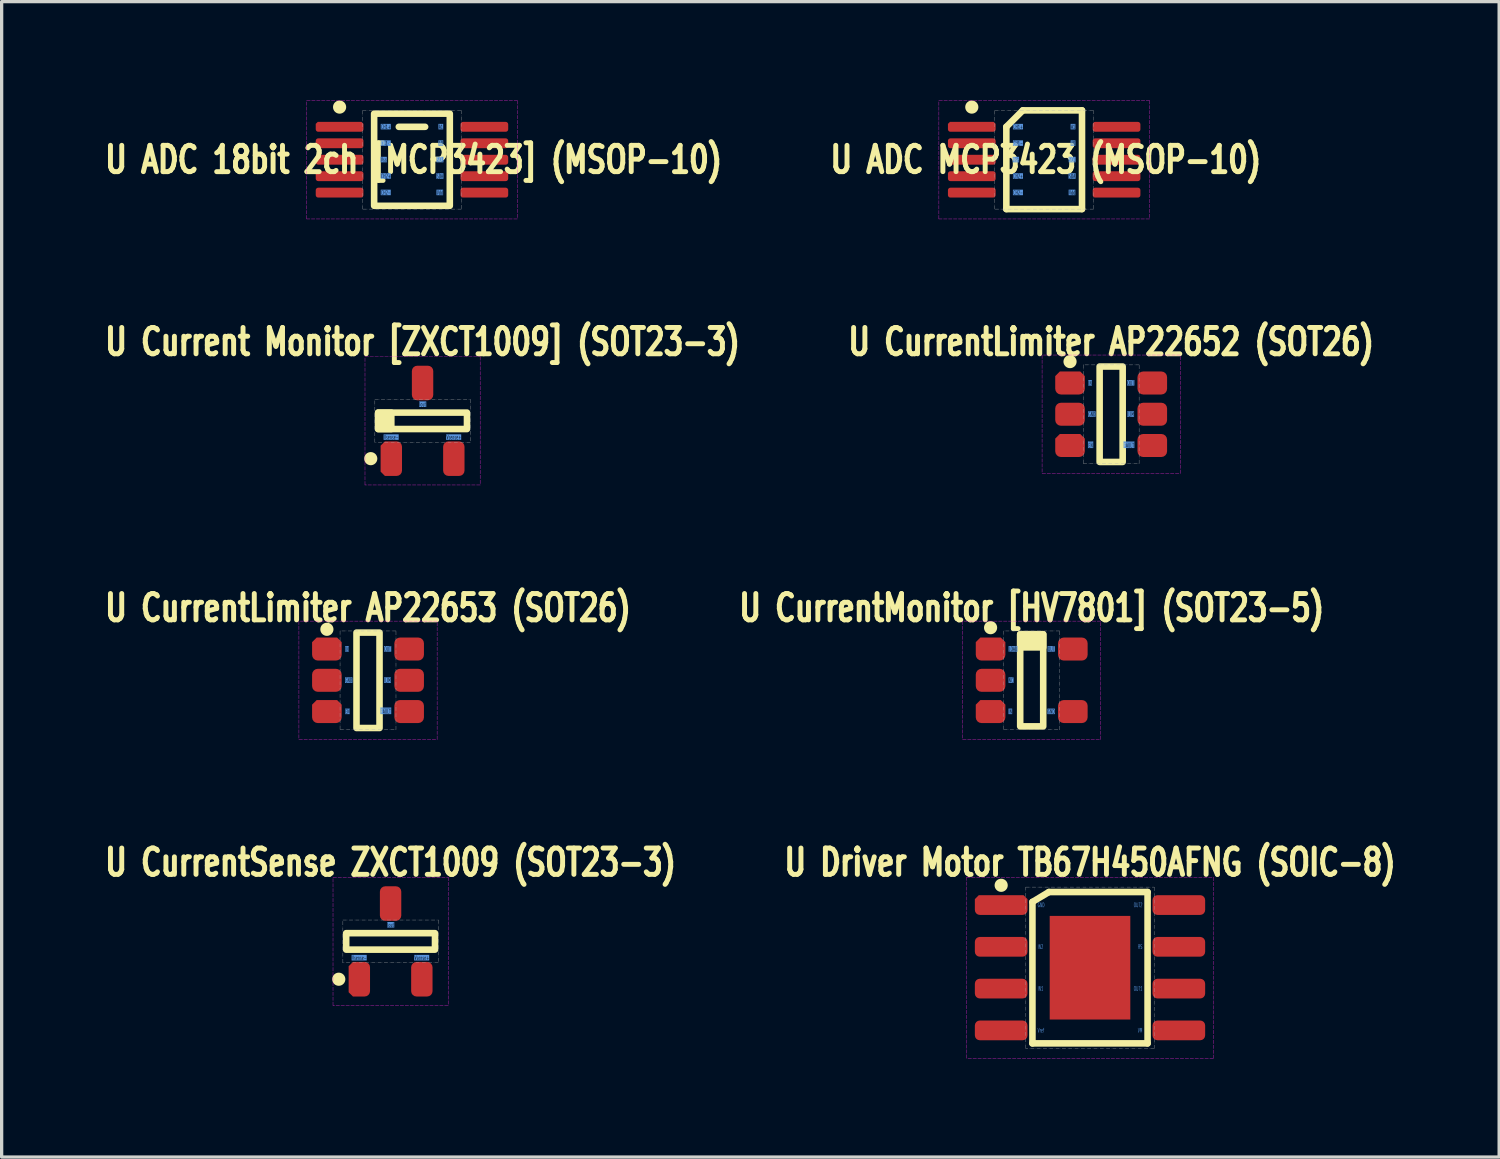
<source format=kicad_pcb>
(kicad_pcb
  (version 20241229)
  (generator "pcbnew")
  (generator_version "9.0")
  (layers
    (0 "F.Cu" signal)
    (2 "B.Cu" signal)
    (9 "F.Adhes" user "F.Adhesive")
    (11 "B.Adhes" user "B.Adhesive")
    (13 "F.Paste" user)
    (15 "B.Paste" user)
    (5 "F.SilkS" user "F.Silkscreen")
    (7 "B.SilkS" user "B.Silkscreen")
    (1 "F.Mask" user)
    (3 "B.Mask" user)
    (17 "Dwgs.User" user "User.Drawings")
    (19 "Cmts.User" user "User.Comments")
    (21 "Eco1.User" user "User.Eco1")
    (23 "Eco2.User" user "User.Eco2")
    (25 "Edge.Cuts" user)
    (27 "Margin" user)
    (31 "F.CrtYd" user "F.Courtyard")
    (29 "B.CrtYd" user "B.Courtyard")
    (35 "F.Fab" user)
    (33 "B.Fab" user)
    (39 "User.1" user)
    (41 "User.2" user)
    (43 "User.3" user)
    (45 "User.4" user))
  (footprint "U Current Monitor [ZXCT1009] (SOT23-3)"
    (layer "F.Cu")
    (at 9.794 9.741)
    (property "Reference" "U Current Monitor [ZXCT1009] (SOT23-3)" (at 0 -2.4 0) (layer "F.SilkS") (effects (font (size 0.8 0.6) (thickness 0.15))))
    (attr smd)
    (fp_rect (start -1.35 -0.25) (end -0.95 0.25) (stroke (width 0.2) (type solid)) (fill yes) (layer "F.SilkS"))
    (fp_rect (start -1.35 -0.25) (end 1.35 0.25) (stroke (width 0.2) (type default)) (fill no) (layer "F.SilkS"))
    (fp_circle (center -1.575 1.15) (end -1.425 1.15) (stroke (width 0.1) (type solid)) (fill yes) (layer "F.SilkS"))
    (fp_rect (start -1.75 -1.95) (end 1.75 1.95) (stroke (width 0.01) (type dash)) (fill no) (layer "F.CrtYd"))
    (fp_rect (start -1.45 -0.65) (end 1.45 0.65) (stroke (width 0.01) (type dash_dot)) (fill no) (layer "F.Fab"))
    (fp_text user "Iout" (at 0 -0.5 0) (layer "Cmts.User" knockout) (effects (font (size 0.13 0.07) (thickness 0.01) (bold yes))))
    (fp_text user "Vsense+" (at 0.95 0.5 0) (layer "Cmts.User" knockout) (effects (font (size 0.13 0.07) (thickness 0.01) (bold yes))))
    (fp_text user "Vsense-" (at -0.95 0.5 0) (layer "Cmts.User" knockout) (effects (font (size 0.13 0.07) (thickness 0.01) (bold yes))))
    (pad "1" smd roundrect (at -0.95 1.15) (size 0.65 1.05) (layers "F.Cu" "F.Mask" "F.Paste") (roundrect_rratio 0.25) (chamfer_ratio 0.2) (chamfer top_left bottom_left))
    (pad "2" smd roundrect (at 0.95 1.15) (size 0.65 1.05) (layers "F.Cu" "F.Mask" "F.Paste") (roundrect_rratio 0.25))
    (pad "3" smd roundrect (at 0 -1.15) (size 0.65 1.05) (layers "F.Cu" "F.Mask" "F.Paste") (roundrect_rratio 0.25)))
  (footprint "U CurrentLimiter AP22653 (SOT26)"
    (layer "F.Cu")
    (at 8.136 17.628)
    (property "Reference" "U CurrentLimiter AP22653 (SOT26)" (at 0 -2.2 0) (layer "F.SilkS") (effects (font (size 0.8 0.6) (thickness 0.15))))
    (attr smd)
    (fp_rect (start 0.35 -1.45) (end -0.35 1.45) (stroke (width 0.2) (type default)) (fill no) (layer "F.SilkS"))
    (fp_circle (center -1.25 -1.55) (end -1.1 -1.55) (stroke (width 0.1) (type solid)) (fill yes) (layer "F.SilkS"))
    (fp_rect (start 2.1 -1.8) (end -2.1 1.8) (stroke (width 0.01) (type dash)) (fill no) (layer "F.CrtYd"))
    (fp_rect (start 0.85 -1.5) (end -0.85 1.5) (stroke (width 0.01) (type dash_dot)) (fill no) (layer "F.Fab"))
    (fp_text user "EN" (at -0.7 0.95 0) (layer "Cmts.User" knockout) (effects (font (size 0.13 0.07) (thickness 0.01) (bold yes)) (justify left)))
    (fp_text user "~{FAULT}" (at 0.7 0.95 0) (layer "Cmts.User" knockout) (effects (font (size 0.13 0.07) (thickness 0.01) (bold yes)) (justify right)))
    (fp_text user "IN" (at -0.7 -0.95 0) (layer "Cmts.User" knockout) (effects (font (size 0.13 0.07) (thickness 0.01) (bold yes)) (justify left)))
    (fp_text user "GND" (at -0.7 0 0) (layer "Cmts.User" knockout) (effects (font (size 0.13 0.07) (thickness 0.01) (bold yes)) (justify left)))
    (fp_text user "OUT" (at 0.7 -0.95 0) (layer "Cmts.User" knockout) (effects (font (size 0.13 0.07) (thickness 0.01) (bold yes)) (justify right)))
    (fp_text user "ILIM" (at 0.7 0 0) (layer "Cmts.User" knockout) (effects (font (size 0.13 0.07) (thickness 0.01) (bold yes)) (justify right)))
    (pad "1" smd roundrect (at -1.25 -0.95) (size 0.9 0.7) (layers "F.Cu" "F.Mask" "F.Paste") (roundrect_rratio 0.25) (chamfer_ratio 0.2) (chamfer top_left top_right))
    (pad "2" smd roundrect (at -1.25 0) (size 0.9 0.7) (layers "F.Cu" "F.Mask" "F.Paste") (roundrect_rratio 0.25))
    (pad "3" smd roundrect (at -1.25 0.95) (size 0.9 0.7) (layers "F.Cu" "F.Mask" "F.Paste") (roundrect_rratio 0.25) (chamfer_ratio 0.2) (chamfer top_left top_right))
    (pad "4" smd roundrect (at 1.25 0.95) (size 0.9 0.7) (layers "F.Cu" "F.Mask" "F.Paste") (roundrect_rratio 0.25))
    (pad "5" smd roundrect (at 1.25 0) (size 0.9 0.7) (layers "F.Cu" "F.Mask" "F.Paste") (roundrect_rratio 0.25))
    (pad "6" smd roundrect (at 1.25 -0.95) (size 0.9 0.7) (layers "F.Cu" "F.Mask" "F.Paste") (roundrect_rratio 0.25)))
  (footprint "U ADC MCP3423 (MSOP-10)"
    (layer "F.Cu")
    (at 28.688 1.805)
    (property "Reference" "U ADC MCP3423 (MSOP-10)" (at 0.05 0 0) (layer "F.SilkS") (effects (font (size 0.8 0.6) (thickness 0.15))))
    (attr smd)
    (fp_line (start -1.15 -1) (end -0.65 -1.5) (stroke (width 0.2) (type default)) (layer "F.SilkS"))
    (fp_line (start -1.15 1.5) (end -1.15 -1) (stroke (width 0.2) (type default)) (layer "F.SilkS"))
    (fp_line (start -0.65 -1.5) (end 1.15 -1.5) (stroke (width 0.2) (type default)) (layer "F.SilkS"))
    (fp_line (start 1.15 -1.5) (end 1.15 1.5) (stroke (width 0.2) (type default)) (layer "F.SilkS"))
    (fp_line (start 1.15 1.5) (end -1.15 1.5) (stroke (width 0.2) (type default)) (layer "F.SilkS"))
    (fp_circle (center -2.2 -1.6) (end -2.05 -1.6) (stroke (width 0.1) (type solid)) (fill yes) (layer "F.SilkS"))
    (fp_rect (start -3.2 -1.8) (end 3.2 1.8) (stroke (width 0.01) (type dash)) (fill no) (layer "F.CrtYd"))
    (fp_rect (start -1.5 -1.5) (end 1.5 1.5) (stroke (width 0.01) (type dash_dot)) (fill no) (layer "F.Fab"))
    (fp_text user "SCL" (at 0.95 0 0) (layer "Cmts.User" knockout) (effects (font (size 0.13 0.07) (thickness 0.01) (bold yes)) (justify right)))
    (fp_text user "CH1-" (at -0.95 -0.5 0) (layer "Cmts.User" knockout) (effects (font (size 0.13 0.07) (thickness 0.01) (bold yes)) (justify left)))
    (fp_text user "Vdd" (at 0.95 1 0) (layer "Cmts.User" knockout) (effects (font (size 0.13 0.07) (thickness 0.01) (bold yes)) (justify right)))
    (fp_text user "CH2-" (at -0.95 1 0) (layer "Cmts.User" knockout) (effects (font (size 0.13 0.07) (thickness 0.01) (bold yes)) (justify left)))
    (fp_text user "A0" (at 0.95 -0.5 0) (layer "Cmts.User" knockout) (effects (font (size 0.13 0.07) (thickness 0.01) (bold yes)) (justify right)))
    (fp_text user "CH1+" (at -0.95 -1 0) (layer "Cmts.User" knockout) (effects (font (size 0.13 0.07) (thickness 0.01) (bold yes)) (justify left)))
    (fp_text user "SDA" (at 0.95 0.5 0) (layer "Cmts.User" knockout) (effects (font (size 0.13 0.07) (thickness 0.01) (bold yes)) (justify right)))
    (fp_text user "Vss" (at -0.95 0 0) (layer "Cmts.User" knockout) (effects (font (size 0.13 0.07) (thickness 0.01) (bold yes)) (justify left)))
    (fp_text user "CH2+" (at -0.95 0.5 0) (layer "Cmts.User" knockout) (effects (font (size 0.13 0.07) (thickness 0.01) (bold yes)) (justify left)))
    (fp_text user "A1" (at 0.95 -1 0) (layer "Cmts.User" knockout) (effects (font (size 0.13 0.07) (thickness 0.01) (bold yes)) (justify right)))
    (pad "1" smd roundrect (at -2.2 -1) (size 1.45 0.3) (layers "F.Cu" "F.Mask" "F.Paste") (roundrect_rratio 0.25) (chamfer_ratio 0.2) (chamfer top_left top_right))
    (pad "2" smd roundrect (at -2.2 -0.5) (size 1.45 0.3) (layers "F.Cu" "F.Mask" "F.Paste") (roundrect_rratio 0.25))
    (pad "3" smd roundrect (at -2.2 0) (size 1.45 0.3) (layers "F.Cu" "F.Mask" "F.Paste") (roundrect_rratio 0.25))
    (pad "4" smd roundrect (at -2.2 0.5) (size 1.45 0.3) (layers "F.Cu" "F.Mask" "F.Paste") (roundrect_rratio 0.25))
    (pad "5" smd roundrect (at -2.2 1) (size 1.45 0.3) (layers "F.Cu" "F.Mask" "F.Paste") (roundrect_rratio 0.25))
    (pad "6" smd roundrect (at 2.2 1) (size 1.45 0.3) (layers "F.Cu" "F.Mask" "F.Paste") (roundrect_rratio 0.25))
    (pad "7" smd roundrect (at 2.2 0.5) (size 1.45 0.3) (layers "F.Cu" "F.Mask" "F.Paste") (roundrect_rratio 0.25))
    (pad "8" smd roundrect (at 2.2 0) (size 1.45 0.3) (layers "F.Cu" "F.Mask" "F.Paste") (roundrect_rratio 0.25))
    (pad "9" smd roundrect (at 2.2 -0.5) (size 1.45 0.3) (layers "F.Cu" "F.Mask" "F.Paste") (roundrect_rratio 0.25))
    (pad "10" smd roundrect (at 2.2 -1) (size 1.45 0.3) (layers "F.Cu" "F.Mask" "F.Paste") (roundrect_rratio 0.25)))
  (footprint "U CurrentMonitor [HV7801] (SOT23-5)"
    (layer "F.Cu")
    (at 28.309 17.628)
    (property "Reference" "U CurrentMonitor [HV7801] (SOT23-5)" (at 0 -2.2 0) (layer "F.SilkS") (effects (font (size 0.8 0.6) (thickness 0.15))))
    (attr smd)
    (fp_rect (start 0.35 -1.4) (end -0.35 -1) (stroke (width 0.2) (type solid)) (fill yes) (layer "F.SilkS"))
    (fp_rect (start 0.35 -1.4) (end -0.35 1.4) (stroke (width 0.2) (type default)) (fill no) (layer "F.SilkS"))
    (fp_circle (center -1.25 -1.6) (end -1.1 -1.6) (stroke (width 0.1) (type solid)) (fill yes) (layer "F.SilkS"))
    (fp_rect (start 2.1 -1.8) (end -2.1 1.8) (stroke (width 0.01) (type dash)) (fill no) (layer "F.CrtYd"))
    (fp_rect (start 0.85 -1.5) (end -0.85 1.5) (stroke (width 0.01) (type dash_dot)) (fill no) (layer "F.Fab"))
    (fp_text user "OUT" (at 0.59 -0.95 0) (layer "Cmts.User" knockout) (effects (font (size 0.13 0.07) (thickness 0.01) (bold yes))))
    (fp_text user "IN" (at -0.65 0.95 0) (layer "Cmts.User" knockout) (effects (font (size 0.13 0.07) (thickness 0.01) (bold yes))))
    (fp_text user "GND" (at 0.59 0.95 0) (layer "Cmts.User" knockout) (effects (font (size 0.13 0.07) (thickness 0.01) (bold yes))))
    (fp_text user "NC" (at -0.63 0 0) (layer "Cmts.User" knockout) (effects (font (size 0.13 0.07) (thickness 0.01) (bold yes))))
    (fp_text user "LOAD" (at -0.57 -0.95 0) (layer "Cmts.User" knockout) (effects (font (size 0.13 0.07) (thickness 0.01) (bold yes))))
    (pad "1" smd roundrect (at -1.25 -0.95) (size 0.9 0.7) (layers "F.Cu" "F.Mask" "F.Paste") (roundrect_rratio 0.25) (chamfer_ratio 0.2) (chamfer top_left top_right))
    (pad "2" smd roundrect (at -1.25 0) (size 0.9 0.7) (layers "F.Cu" "F.Mask" "F.Paste") (roundrect_rratio 0.25))
    (pad "3" smd roundrect (at -1.25 0.95) (size 0.9 0.7) (layers "F.Cu" "F.Mask" "F.Paste") (roundrect_rratio 0.25) (chamfer_ratio 0.2) (chamfer top_left top_right))
    (pad "4" smd roundrect (at 1.25 0.95) (size 0.9 0.7) (layers "F.Cu" "F.Mask" "F.Paste") (roundrect_rratio 0.25))
    (pad "5" smd roundrect (at 1.25 -0.95) (size 0.9 0.7) (layers "F.Cu" "F.Mask" "F.Paste") (roundrect_rratio 0.25)))
  (footprint "U ADC 18bit 2ch [MCP3423] (MSOP-10)"
    (layer "F.Cu")
    (at 9.472 1.805)
    (property "Reference" "U ADC 18bit 2ch [MCP3423] (MSOP-10)" (at 0.05 0 0) (layer "F.SilkS") (effects (font (size 0.8 0.6) (thickness 0.15))))
    (attr smd)
    (fp_line (start -0.4 -1) (end 0.4 -1) (stroke (width 0.2) (type default)) (layer "F.SilkS"))
    (fp_rect (start -1.15 -1.4) (end 1.15 1.4) (stroke (width 0.2) (type default)) (fill no) (layer "F.SilkS"))
    (fp_circle (center -2.2 -1.6) (end -2.05 -1.6) (stroke (width 0.1) (type solid)) (fill yes) (layer "F.SilkS"))
    (fp_rect (start -3.2 -1.8) (end 3.2 1.8) (stroke (width 0.01) (type dash)) (fill no) (layer "F.CrtYd"))
    (fp_rect (start -1.5 -1.5) (end 1.5 1.5) (stroke (width 0.01) (type dash_dot)) (fill no) (layer "F.Fab"))
    (fp_text user "CH2-" (at -0.95 1 0) (layer "Cmts.User" knockout) (effects (font (size 0.13 0.07) (thickness 0.01) (bold yes)) (justify left)))
    (fp_text user "SCL" (at 0.95 0 0) (layer "Cmts.User" knockout) (effects (font (size 0.13 0.07) (thickness 0.01) (bold yes)) (justify right)))
    (fp_text user "A0" (at 0.95 -0.5 0) (layer "Cmts.User" knockout) (effects (font (size 0.13 0.07) (thickness 0.01) (bold yes)) (justify right)))
    (fp_text user "CH1-" (at -0.95 -0.5 0) (layer "Cmts.User" knockout) (effects (font (size 0.13 0.07) (thickness 0.01) (bold yes)) (justify left)))
    (fp_text user "CH2+" (at -0.95 0.5 0) (layer "Cmts.User" knockout) (effects (font (size 0.13 0.07) (thickness 0.01) (bold yes)) (justify left)))
    (fp_text user "Vss" (at -0.95 0 0) (layer "Cmts.User" knockout) (effects (font (size 0.13 0.07) (thickness 0.01) (bold yes)) (justify left)))
    (fp_text user "Vdd" (at 0.95 1 0) (layer "Cmts.User" knockout) (effects (font (size 0.13 0.07) (thickness 0.01) (bold yes)) (justify right)))
    (fp_text user "SDA" (at 0.95 0.5 0) (layer "Cmts.User" knockout) (effects (font (size 0.13 0.07) (thickness 0.01) (bold yes)) (justify right)))
    (fp_text user "CH1+" (at -0.95 -1 0) (layer "Cmts.User" knockout) (effects (font (size 0.13 0.07) (thickness 0.01) (bold yes)) (justify left)))
    (fp_text user "A1" (at 0.95 -1 0) (layer "Cmts.User" knockout) (effects (font (size 0.13 0.07) (thickness 0.01) (bold yes)) (justify right)))
    (pad "1" smd roundrect (at -2.2 -1) (size 1.45 0.3) (layers "F.Cu" "F.Mask" "F.Paste") (roundrect_rratio 0.25) (chamfer_ratio 0.2) (chamfer top_left top_right))
    (pad "2" smd roundrect (at -2.2 -0.5) (size 1.45 0.3) (layers "F.Cu" "F.Mask" "F.Paste") (roundrect_rratio 0.25))
    (pad "3" smd roundrect (at -2.2 0) (size 1.45 0.3) (layers "F.Cu" "F.Mask" "F.Paste") (roundrect_rratio 0.25))
    (pad "4" smd roundrect (at -2.2 0.5) (size 1.45 0.3) (layers "F.Cu" "F.Mask" "F.Paste") (roundrect_rratio 0.25))
    (pad "5" smd roundrect (at -2.2 1) (size 1.45 0.3) (layers "F.Cu" "F.Mask" "F.Paste") (roundrect_rratio 0.25))
    (pad "6" smd roundrect (at 2.2 1) (size 1.45 0.3) (layers "F.Cu" "F.Mask" "F.Paste") (roundrect_rratio 0.25))
    (pad "7" smd roundrect (at 2.2 0.5) (size 1.45 0.3) (layers "F.Cu" "F.Mask" "F.Paste") (roundrect_rratio 0.25))
    (pad "8" smd roundrect (at 2.2 0) (size 1.45 0.3) (layers "F.Cu" "F.Mask" "F.Paste") (roundrect_rratio 0.25))
    (pad "9" smd roundrect (at 2.2 -0.5) (size 1.45 0.3) (layers "F.Cu" "F.Mask" "F.Paste") (roundrect_rratio 0.25))
    (pad "10" smd roundrect (at 2.2 -1) (size 1.45 0.3) (layers "F.Cu" "F.Mask" "F.Paste") (roundrect_rratio 0.25)))
  (footprint "U CurrentSense ZXCT1009 (SOT23-3)"
    (layer "F.Cu")
    (at 8.822 25.564)
    (property "Reference" "U CurrentSense ZXCT1009 (SOT23-3)" (at 0 -2.4 0) (layer "F.SilkS") (effects (font (size 0.8 0.6) (thickness 0.15))))
    (attr smd)
    (fp_rect (start -1.35 -0.25) (end 1.35 0.25) (stroke (width 0.2) (type default)) (fill no) (layer "F.SilkS"))
    (fp_circle (center -1.575 1.15) (end -1.425 1.15) (stroke (width 0.1) (type solid)) (fill yes) (layer "F.SilkS"))
    (fp_rect (start -1.75 -1.95) (end 1.75 1.95) (stroke (width 0.01) (type dash)) (fill no) (layer "F.CrtYd"))
    (fp_rect (start -1.45 -0.65) (end 1.45 0.65) (stroke (width 0.01) (type dash_dot)) (fill no) (layer "F.Fab"))
    (fp_text user "Iout" (at 0 -0.5 0) (layer "Cmts.User" knockout) (effects (font (size 0.13 0.07) (thickness 0.01) (bold yes))))
    (fp_text user "Vsense+" (at 0.95 0.5 0) (layer "Cmts.User" knockout) (effects (font (size 0.13 0.07) (thickness 0.01) (bold yes))))
    (fp_text user "Vsense-" (at -0.95 0.5 0) (layer "Cmts.User" knockout) (effects (font (size 0.13 0.07) (thickness 0.01) (bold yes))))
    (pad "1" smd roundrect (at -0.95 1.15) (size 0.65 1.05) (layers "F.Cu" "F.Mask" "F.Paste") (roundrect_rratio 0.25) (chamfer_ratio 0.2) (chamfer top_left bottom_left))
    (pad "2" smd roundrect (at 0.95 1.15) (size 0.65 1.05) (layers "F.Cu" "F.Mask" "F.Paste") (roundrect_rratio 0.25))
    (pad "3" smd roundrect (at 0 -1.15) (size 0.65 1.05) (layers "F.Cu" "F.Mask" "F.Paste") (roundrect_rratio 0.25)))
  (footprint "U CurrentLimiter AP22652 (SOT26)"
    (layer "F.Cu")
    (at 30.724 9.541)
    (property "Reference" "U CurrentLimiter AP22652 (SOT26)" (at 0 -2.2 0) (layer "F.SilkS") (effects (font (size 0.8 0.6) (thickness 0.15))))
    (attr smd)
    (fp_rect (start 0.35 -1.45) (end -0.35 1.45) (stroke (width 0.2) (type default)) (fill no) (layer "F.SilkS"))
    (fp_circle (center -1.25 -1.6) (end -1.1 -1.6) (stroke (width 0.1) (type solid)) (fill yes) (layer "F.SilkS"))
    (fp_rect (start 2.1 -1.8) (end -2.1 1.8) (stroke (width 0.01) (type dash)) (fill no) (layer "F.CrtYd"))
    (fp_rect (start 0.85 -1.5) (end -0.85 1.5) (stroke (width 0.01) (type dash_dot)) (fill no) (layer "F.Fab"))
    (fp_text user "~{EN}" (at -0.7 0.95 0) (layer "Cmts.User" knockout) (effects (font (size 0.13 0.07) (thickness 0.01) (bold yes)) (justify left)))
    (fp_text user "IN" (at -0.7 -0.95 0) (layer "Cmts.User" knockout) (effects (font (size 0.13 0.07) (thickness 0.01) (bold yes)) (justify left)))
    (fp_text user "OUT" (at 0.7 -0.95 0) (layer "Cmts.User" knockout) (effects (font (size 0.13 0.07) (thickness 0.01) (bold yes)) (justify right)))
    (fp_text user "ILIM" (at 0.7 0 0) (layer "Cmts.User" knockout) (effects (font (size 0.13 0.07) (thickness 0.01) (bold yes)) (justify right)))
    (fp_text user "~{FAULT}" (at 0.7 0.95 0) (layer "Cmts.User" knockout) (effects (font (size 0.13 0.07) (thickness 0.01) (bold yes)) (justify right)))
    (fp_text user "GND" (at -0.7 0 0) (layer "Cmts.User" knockout) (effects (font (size 0.13 0.07) (thickness 0.01) (bold yes)) (justify left)))
    (pad "1" smd roundrect (at -1.25 -0.95) (size 0.9 0.7) (layers "F.Cu" "F.Mask" "F.Paste") (roundrect_rratio 0.25) (chamfer_ratio 0.2) (chamfer top_left top_right))
    (pad "2" smd roundrect (at -1.25 0) (size 0.9 0.7) (layers "F.Cu" "F.Mask" "F.Paste") (roundrect_rratio 0.25))
    (pad "3" smd roundrect (at -1.25 0.95) (size 0.9 0.7) (layers "F.Cu" "F.Mask" "F.Paste") (roundrect_rratio 0.25) (chamfer_ratio 0.2) (chamfer top_left top_right))
    (pad "4" smd roundrect (at 1.25 0.95) (size 0.9 0.7) (layers "F.Cu" "F.Mask" "F.Paste") (roundrect_rratio 0.25))
    (pad "5" smd roundrect (at 1.25 0) (size 0.9 0.7) (layers "F.Cu" "F.Mask" "F.Paste") (roundrect_rratio 0.25))
    (pad "6" smd roundrect (at 1.25 -0.95) (size 0.9 0.7) (layers "F.Cu" "F.Mask" "F.Paste") (roundrect_rratio 0.25)))
  (footprint "U Driver Motor TB67H450AFNG (SOIC-8)"
    (layer "F.Cu")
    (at 30.081 26.364)
    (property "Reference" "U Driver Motor TB67H450AFNG (SOIC-8)" (at 0 -3.2 0) (unlocked yes) (layer "F.SilkS") (effects (font (size 0.8 0.6) (thickness 0.15))))
    (attr smd)
    (fp_line (start -1.75 -2) (end -1.25 -2.3) (stroke (width 0.2) (type default)) (layer "F.SilkS"))
    (fp_line (start -1.75 2.3) (end -1.75 -2) (stroke (width 0.2) (type default)) (layer "F.SilkS"))
    (fp_line (start -1.25 -2.3) (end 1.75 -2.3) (stroke (width 0.2) (type default)) (layer "F.SilkS"))
    (fp_line (start 1.75 -2.3) (end 1.75 2.3) (stroke (width 0.2) (type default)) (layer "F.SilkS"))
    (fp_line (start 1.75 2.3) (end -1.75 2.3) (stroke (width 0.2) (type default)) (layer "F.SilkS"))
    (fp_circle (center -2.7 -2.505) (end -2.55 -2.505) (stroke (width 0.1) (type solid)) (fill yes) (layer "F.SilkS"))
    (fp_rect (start -3.75 -2.75) (end 3.75 2.75) (stroke (width 0.01) (type dash)) (fill no) (layer "F.CrtYd"))
    (fp_rect (start -1.95 -2.45) (end 1.95 2.45) (stroke (width 0.01) (type dash_dot)) (fill no) (layer "F.Fab"))
    (fp_text user "GND" (at -1.6 -1.905 0) (unlocked yes) (layer "Cmts.User") (effects (font (size 0.13 0.07) (thickness 0.01) (bold yes)) (justify left)))
    (fp_text user "IN2" (at -1.6 -0.635 0) (unlocked yes) (layer "Cmts.User") (effects (font (size 0.13 0.07) (thickness 0.01)) (justify left)))
    (fp_text user "RS" (at 1.6 -0.635 0) (unlocked yes) (layer "Cmts.User") (effects (font (size 0.13 0.07) (thickness 0.01)) (justify right)))
    (fp_text user "IN1" (at -1.6 0.635 0) (unlocked yes) (layer "Cmts.User") (effects (font (size 0.13 0.07) (thickness 0.01)) (justify left)))
    (fp_text user "OUT2" (at 1.6 -1.905 0) (unlocked yes) (layer "Cmts.User") (effects (font (size 0.13 0.07) (thickness 0.01) (bold yes)) (justify right)))
    (fp_text user "VM" (at 1.6 1.905 0) (unlocked yes) (layer "Cmts.User") (effects (font (size 0.13 0.07) (thickness 0.01)) (justify right)))
    (fp_text user "Vref" (at -1.6 1.905 0) (unlocked yes) (layer "Cmts.User") (effects (font (size 0.13 0.07) (thickness 0.01)) (justify left)))
    (fp_text user "OUT1" (at 1.6 0.635 0) (unlocked yes) (layer "Cmts.User") (effects (font (size 0.13 0.07) (thickness 0.01)) (justify right)))
    (pad "1" smd roundrect (at -2.7 -1.905) (size 1.6 0.6) (layers "F.Cu" "F.Mask" "F.Paste") (roundrect_rratio 0.25) (chamfer_ratio 0.2) (chamfer top_left top_right))
    (pad "2" smd roundrect (at -2.7 -0.635) (size 1.6 0.6) (layers "F.Cu" "F.Mask" "F.Paste") (roundrect_rratio 0.25))
    (pad "3" smd roundrect (at -2.7 0.635) (size 1.6 0.6) (layers "F.Cu" "F.Mask" "F.Paste") (roundrect_rratio 0.25))
    (pad "4" smd roundrect (at -2.7 1.905) (size 1.6 0.6) (layers "F.Cu" "F.Mask" "F.Paste") (roundrect_rratio 0.25))
    (pad "5" smd roundrect (at 2.7 1.905) (size 1.6 0.6) (layers "F.Cu" "F.Mask" "F.Paste") (roundrect_rratio 0.25))
    (pad "6" smd roundrect (at 2.7 0.635) (size 1.6 0.6) (layers "F.Cu" "F.Mask" "F.Paste") (roundrect_rratio 0.25))
    (pad "7" smd roundrect (at 2.7 -0.635) (size 1.6 0.6) (layers "F.Cu" "F.Mask" "F.Paste") (roundrect_rratio 0.25))
    (pad "8" smd roundrect (at 2.7 -1.905) (size 1.6 0.6) (layers "F.Cu" "F.Mask" "F.Paste") (roundrect_rratio 0.25))
    (pad "9" smd rect (at 0 0) (size 2.45 3.15) (layers "F.Cu" "F.Mask" "F.Paste")))
  (gr_rect
    (start -3 -3)
    (end 42.517 32.119)
    (stroke (width 0.1) (type default))
    (fill no)
    (layer "Edge.Cuts")))
</source>
